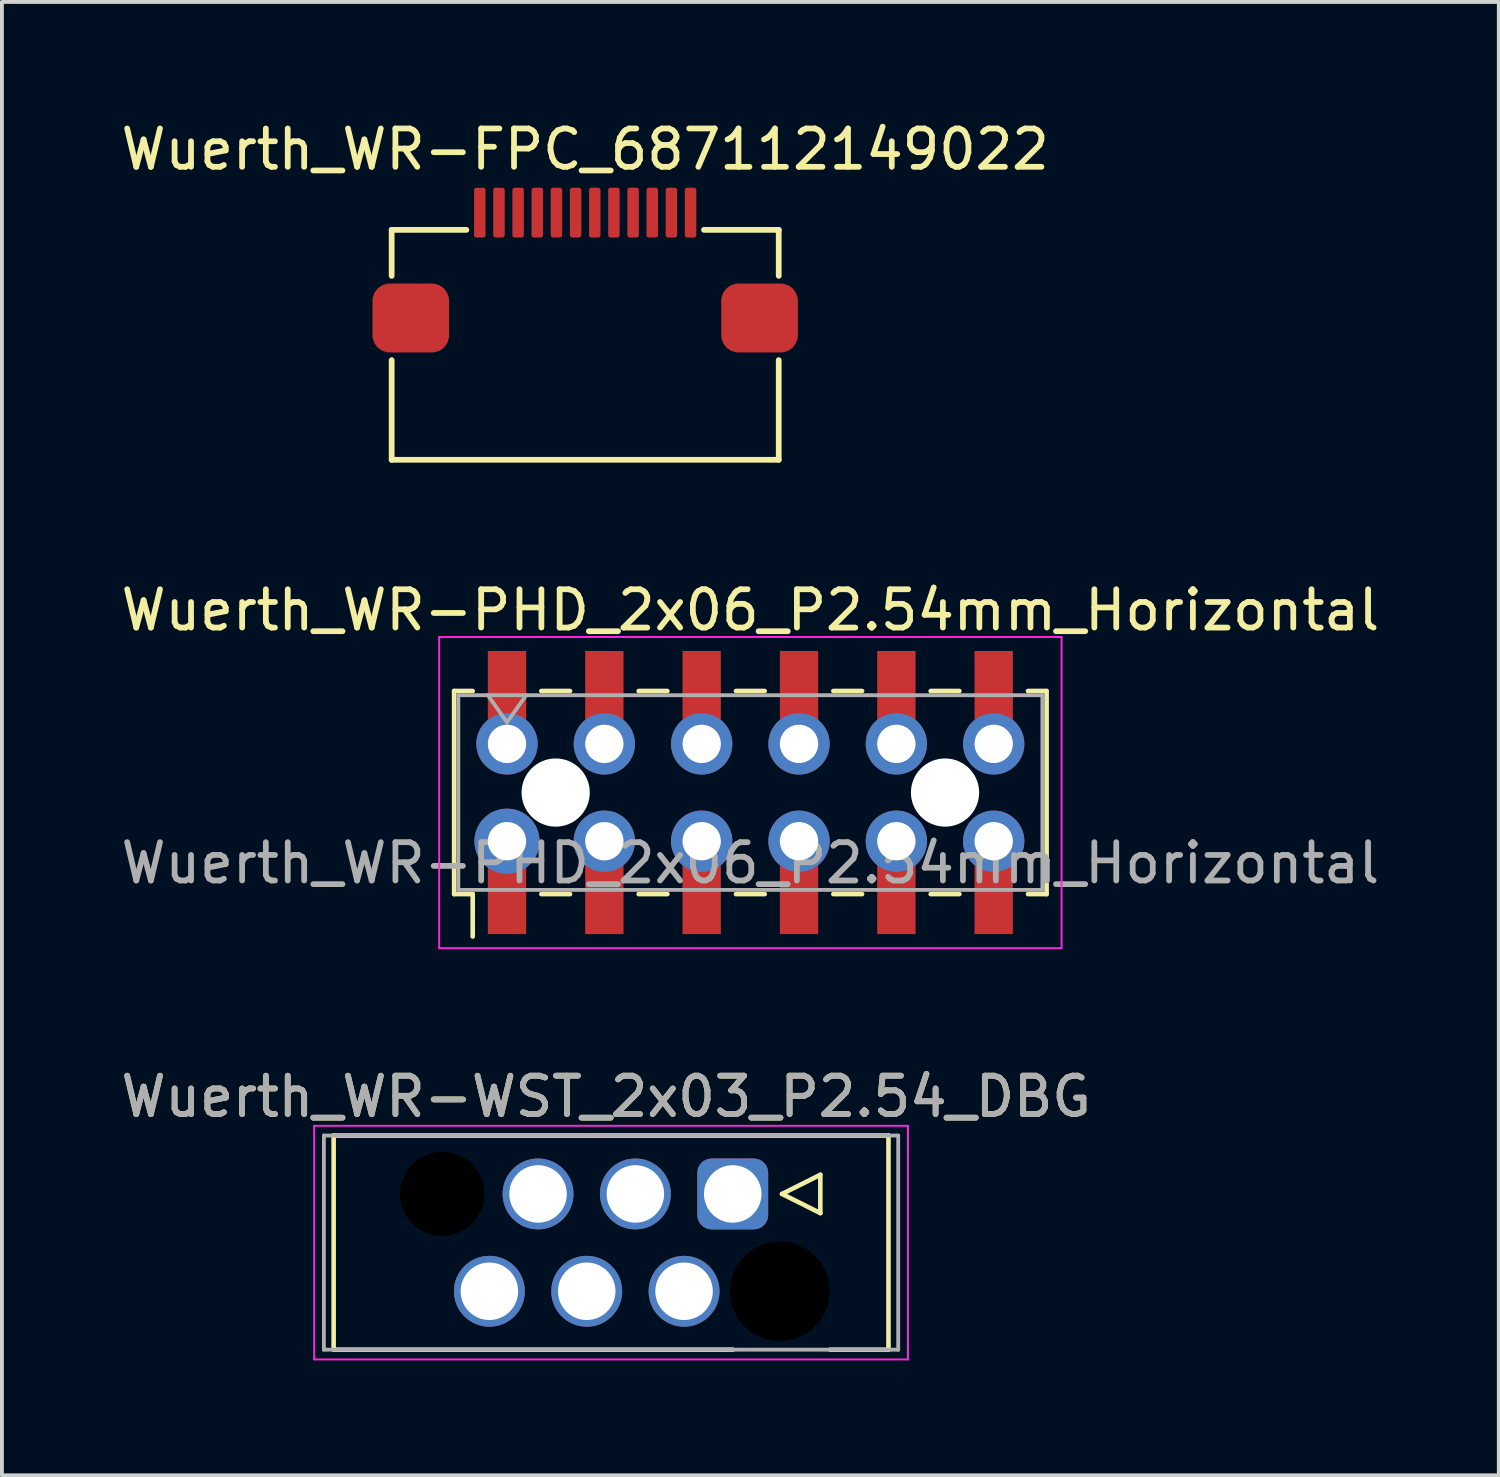
<source format=kicad_pcb>
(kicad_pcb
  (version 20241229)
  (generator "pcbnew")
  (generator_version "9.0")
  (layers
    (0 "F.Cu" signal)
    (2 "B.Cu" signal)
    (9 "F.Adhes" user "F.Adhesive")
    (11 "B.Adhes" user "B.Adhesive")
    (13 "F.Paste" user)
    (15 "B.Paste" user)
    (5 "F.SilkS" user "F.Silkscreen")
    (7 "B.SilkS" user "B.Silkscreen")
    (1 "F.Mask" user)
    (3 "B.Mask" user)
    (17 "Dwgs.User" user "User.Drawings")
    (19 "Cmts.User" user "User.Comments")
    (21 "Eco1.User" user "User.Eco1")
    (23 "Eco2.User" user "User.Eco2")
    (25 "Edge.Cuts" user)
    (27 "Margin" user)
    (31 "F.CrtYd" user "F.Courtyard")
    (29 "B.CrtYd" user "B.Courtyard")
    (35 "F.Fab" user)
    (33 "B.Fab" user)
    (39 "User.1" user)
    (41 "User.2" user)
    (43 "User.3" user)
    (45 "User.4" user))
  (footprint "Wuerth_WR-PHD_2x06_P2.54mm_Horizontal"
    (layer "F.Cu")
    (at 16.53 17.631)
    (property "Reference" "Wuerth_WR-PHD_2x06_P2.54mm_Horizontal" (at 0 -4.76 0) (layer "F.SilkS") (effects (font (size 1 1) (thickness 0.15))))
    (attr smd)
    (fp_line (start -7.73 -2.65) (end -7.73 2.65) (stroke (width 0.12) (type solid)) (layer "F.SilkS"))
    (fp_line (start -7.73 2.65) (end -7.245 2.65) (stroke (width 0.12) (type solid)) (layer "F.SilkS"))
    (fp_line (start -7.245 -2.65) (end -7.73 -2.65) (stroke (width 0.12) (type solid)) (layer "F.SilkS"))
    (fp_line (start -7.245 2.65) (end -7.245 3.757) (stroke (width 0.12) (type solid)) (layer "F.SilkS"))
    (fp_line (start -5.455 -2.65) (end -4.705 -2.65) (stroke (width 0.12) (type solid)) (layer "F.SilkS"))
    (fp_line (start -5.455 2.65) (end -4.705 2.65) (stroke (width 0.12) (type solid)) (layer "F.SilkS"))
    (fp_line (start -2.915 -2.65) (end -2.165 -2.65) (stroke (width 0.12) (type solid)) (layer "F.SilkS"))
    (fp_line (start -2.915 2.65) (end -2.165 2.65) (stroke (width 0.12) (type solid)) (layer "F.SilkS"))
    (fp_line (start -0.375 -2.65) (end 0.375 -2.65) (stroke (width 0.12) (type solid)) (layer "F.SilkS"))
    (fp_line (start -0.375 2.65) (end 0.375 2.65) (stroke (width 0.12) (type solid)) (layer "F.SilkS"))
    (fp_line (start 2.165 -2.65) (end 2.915 -2.65) (stroke (width 0.12) (type solid)) (layer "F.SilkS"))
    (fp_line (start 2.165 2.65) (end 2.915 2.65) (stroke (width 0.12) (type solid)) (layer "F.SilkS"))
    (fp_line (start 4.705 -2.65) (end 5.455 -2.65) (stroke (width 0.12) (type solid)) (layer "F.SilkS"))
    (fp_line (start 4.705 2.65) (end 5.455 2.65) (stroke (width 0.12) (type solid)) (layer "F.SilkS"))
    (fp_line (start 7.245 -2.65) (end 7.73 -2.65) (stroke (width 0.12) (type solid)) (layer "F.SilkS"))
    (fp_line (start 7.73 -2.65) (end 7.73 2.65) (stroke (width 0.12) (type solid)) (layer "F.SilkS"))
    (fp_line (start 7.73 2.65) (end 7.245 2.65) (stroke (width 0.12) (type solid)) (layer "F.SilkS"))
    (fp_line (start -8.12 -4.06) (end 8.12 -4.06) (stroke (width 0.05) (type solid)) (layer "F.CrtYd"))
    (fp_line (start -8.12 4.06) (end -8.12 -4.06) (stroke (width 0.05) (type solid)) (layer "F.CrtYd"))
    (fp_line (start 8.12 -4.06) (end 8.12 4.06) (stroke (width 0.05) (type solid)) (layer "F.CrtYd"))
    (fp_line (start 8.12 4.06) (end -8.12 4.06) (stroke (width 0.05) (type solid)) (layer "F.CrtYd"))
    (fp_line (start -7.62 -2.54) (end 7.62 -2.54) (stroke (width 0.1) (type solid)) (layer "F.Fab"))
    (fp_line (start -7.62 2.54) (end -7.62 -2.54) (stroke (width 0.1) (type solid)) (layer "F.Fab"))
    (fp_line (start -6.85 -2.54) (end -6.35 -1.833) (stroke (width 0.1) (type solid)) (layer "F.Fab"))
    (fp_line (start -6.35 -1.833) (end -5.85 -2.54) (stroke (width 0.1) (type solid)) (layer "F.Fab"))
    (fp_line (start 7.62 -2.54) (end 7.62 2.54) (stroke (width 0.1) (type solid)) (layer "F.Fab"))
    (fp_line (start 7.62 2.54) (end -7.62 2.54) (stroke (width 0.1) (type solid)) (layer "F.Fab"))
    (fp_text user "${REFERENCE}" (at 0 1.84 0) (layer "F.Fab") (effects (font (size 1 1) (thickness 0.15))))
    (pad "" thru_hole circle (at -6.35 -1.27) (size 1.6 1.6) (drill 1) (layers "*.Cu" "*.Mask"))
    (pad "" thru_hole circle (at -6.35 1.27) (size 1.7 1.7) (drill 1) (layers "*.Cu" "*.Mask"))
    (pad "" np_thru_hole circle (at -5.08 0) (size 1.78 1.78) (drill 1.78) (layers "*.Cu" "*.Mask"))
    (pad "" thru_hole circle (at -3.81 -1.27) (size 1.6 1.6) (drill 1) (layers "*.Cu" "*.Mask"))
    (pad "" thru_hole circle (at -3.81 1.27) (size 1.6 1.6) (drill 1) (layers "*.Cu" "*.Mask"))
    (pad "" thru_hole circle (at -1.27 -1.27) (size 1.6 1.6) (drill 1) (layers "*.Cu" "*.Mask"))
    (pad "" thru_hole circle (at -1.27 1.27) (size 1.6 1.6) (drill 1) (layers "*.Cu" "*.Mask"))
    (pad "" thru_hole circle (at 1.27 -1.27) (size 1.6 1.6) (drill 1) (layers "*.Cu" "*.Mask"))
    (pad "" thru_hole circle (at 1.27 1.27) (size 1.6 1.6) (drill 1) (layers "*.Cu" "*.Mask"))
    (pad "" thru_hole circle (at 3.81 -1.27) (size 1.6 1.6) (drill 1) (layers "*.Cu" "*.Mask"))
    (pad "" thru_hole circle (at 3.81 1.27) (size 1.6 1.6) (drill 1) (layers "*.Cu" "*.Mask"))
    (pad "" np_thru_hole circle (at 5.08 0) (size 1.78 1.78) (drill 1.78) (layers "*.Cu" "*.Mask"))
    (pad "" thru_hole circle (at 6.35 -1.27) (size 1.6 1.6) (drill 1) (layers "*.Cu" "*.Mask"))
    (pad "" thru_hole circle (at 6.35 1.27) (size 1.6 1.6) (drill 1) (layers "*.Cu" "*.Mask"))
    (pad "1" smd rect (at -6.35 2.794) (size 1 1.8) (layers "F.Cu" "F.Mask" "F.Paste"))
    (pad "2" smd rect (at -6.35 -2.794) (size 1 1.8) (layers "F.Cu" "F.Mask" "F.Paste"))
    (pad "3" smd rect (at -3.81 2.794) (size 1 1.8) (layers "F.Cu" "F.Mask" "F.Paste"))
    (pad "4" smd rect (at -3.81 -2.794) (size 1 1.8) (layers "F.Cu" "F.Mask" "F.Paste"))
    (pad "5" smd rect (at -1.27 2.794) (size 1 1.8) (layers "F.Cu" "F.Mask" "F.Paste"))
    (pad "6" smd rect (at -1.27 -2.794) (size 1 1.8) (layers "F.Cu" "F.Mask" "F.Paste"))
    (pad "7" smd rect (at 1.27 2.794) (size 1 1.8) (layers "F.Cu" "F.Mask" "F.Paste"))
    (pad "8" smd rect (at 1.27 -2.794) (size 1 1.8) (layers "F.Cu" "F.Mask" "F.Paste"))
    (pad "9" smd rect (at 3.81 2.794) (size 1 1.8) (layers "F.Cu" "F.Mask" "F.Paste"))
    (pad "10" smd rect (at 3.81 -2.794) (size 1 1.8) (layers "F.Cu" "F.Mask" "F.Paste"))
    (pad "11" smd rect (at 6.35 2.794) (size 1 1.8) (layers "F.Cu" "F.Mask" "F.Paste"))
    (pad "12" smd rect (at 6.35 -2.794) (size 1 1.8) (layers "F.Cu" "F.Mask" "F.Paste")))
  (footprint "Wuerth_WR-FPC_687112149022"
    (layer "F.Cu")
    (at 12.22 5.248)
    (property "Reference" "Wuerth_WR-FPC_687112149022" (at 0 -4.4 0) (layer "F.SilkS") (effects (font (size 1 1) (thickness 0.15))))
    (attr through_hole)
    (fp_line (start -5.05 -2.3) (end -3.1 -2.3) (stroke (width 0.15) (type solid)) (layer "F.SilkS"))
    (fp_line (start -5.05 -1.1) (end -5.05 -2.3) (stroke (width 0.15) (type solid)) (layer "F.SilkS"))
    (fp_line (start -5.05 1.1) (end -5.05 3.7) (stroke (width 0.15) (type solid)) (layer "F.SilkS"))
    (fp_line (start -5.05 3.7) (end 5.05 3.7) (stroke (width 0.15) (type solid)) (layer "F.SilkS"))
    (fp_line (start 5.05 -2.3) (end 3.1 -2.3) (stroke (width 0.15) (type solid)) (layer "F.SilkS"))
    (fp_line (start 5.05 -1.1) (end 5.05 -2.3) (stroke (width 0.15) (type solid)) (layer "F.SilkS"))
    (fp_line (start 5.05 1.1) (end 5.05 3.7) (stroke (width 0.15) (type solid)) (layer "F.SilkS"))
    (pad "" smd roundrect (at -4.55 0) (size 2 1.8) (layers "F.Cu" "F.Mask" "F.Paste") (roundrect_rratio 0.25))
    (pad "" smd roundrect (at 4.55 0) (size 2 1.8) (layers "F.Cu" "F.Mask" "F.Paste") (roundrect_rratio 0.25))
    (pad "1" smd roundrect (at -2.75 -2.75) (size 0.3 1.3) (layers "F.Cu" "F.Mask" "F.Paste") (roundrect_rratio 0.2))
    (pad "2" smd roundrect (at -2.25 -2.75) (size 0.3 1.3) (layers "F.Cu" "F.Mask" "F.Paste") (roundrect_rratio 0.2))
    (pad "3" smd roundrect (at -1.75 -2.75) (size 0.3 1.3) (layers "F.Cu" "F.Mask" "F.Paste") (roundrect_rratio 0.2))
    (pad "4" smd roundrect (at -1.25 -2.75) (size 0.3 1.3) (layers "F.Cu" "F.Mask" "F.Paste") (roundrect_rratio 0.2))
    (pad "5" smd roundrect (at -0.75 -2.75) (size 0.3 1.3) (layers "F.Cu" "F.Mask" "F.Paste") (roundrect_rratio 0.2))
    (pad "6" smd roundrect (at -0.25 -2.75) (size 0.3 1.3) (layers "F.Cu" "F.Mask" "F.Paste") (roundrect_rratio 0.2))
    (pad "7" smd roundrect (at 0.25 -2.75) (size 0.3 1.3) (layers "F.Cu" "F.Mask" "F.Paste") (roundrect_rratio 0.2))
    (pad "8" smd roundrect (at 0.75 -2.75) (size 0.3 1.3) (layers "F.Cu" "F.Mask" "F.Paste") (roundrect_rratio 0.2))
    (pad "9" smd roundrect (at 1.25 -2.75) (size 0.3 1.3) (layers "F.Cu" "F.Mask" "F.Paste") (roundrect_rratio 0.2))
    (pad "10" smd roundrect (at 1.75 -2.75) (size 0.3 1.3) (layers "F.Cu" "F.Mask" "F.Paste") (roundrect_rratio 0.2))
    (pad "11" smd roundrect (at 2.25 -2.75) (size 0.3 1.3) (layers "F.Cu" "F.Mask" "F.Paste") (roundrect_rratio 0.2))
    (pad "12" smd roundrect (at 2.75 -2.75) (size 0.3 1.3) (layers "F.Cu" "F.Mask" "F.Paste") (roundrect_rratio 0.2)))
  (footprint "Wuerth_WR-WST_2x03_P2.54_DBG"
    (layer "F.Cu")
    (at 16.07 28.105)
    (property "Reference" "Wuerth_WR-WST_2x03_P2.54_DBG" (at -3.302 -2.54 0) (layer "F.SilkS") (effects (font (size 1 1) (thickness 0.15))))
    (attr through_hole)
    (fp_line (start -10.414 -1.524) (end 4.064 -1.524) (stroke (width 0.12) (type solid)) (layer "F.SilkS"))
    (fp_line (start -10.414 4.064) (end -10.414 -1.524) (stroke (width 0.12) (type solid)) (layer "F.SilkS"))
    (fp_line (start -10.414 4.064) (end 0 4.064) (stroke (width 0.12) (type solid)) (layer "F.SilkS"))
    (fp_line (start 1.286 0) (end 2.286 0.5) (stroke (width 0.12) (type solid)) (layer "F.SilkS"))
    (fp_line (start 2.286 -0.5) (end 1.286 0) (stroke (width 0.12) (type solid)) (layer "F.SilkS"))
    (fp_line (start 2.286 0.5) (end 2.286 -0.5) (stroke (width 0.12) (type solid)) (layer "F.SilkS"))
    (fp_line (start 2.54 4.064) (end 4.064 4.064) (stroke (width 0.12) (type solid)) (layer "F.SilkS"))
    (fp_line (start 4.064 -1.524) (end 4.064 4.064) (stroke (width 0.12) (type solid)) (layer "F.SilkS"))
    (fp_line (start -10.922 -1.778) (end -10.922 4.318) (stroke (width 0.05) (type solid)) (layer "F.CrtYd"))
    (fp_line (start -10.922 4.318) (end 4.572 4.318) (stroke (width 0.05) (type solid)) (layer "F.CrtYd"))
    (fp_line (start 4.572 -1.778) (end -10.922 -1.778) (stroke (width 0.05) (type solid)) (layer "F.CrtYd"))
    (fp_line (start 4.572 4.318) (end 4.572 -1.778) (stroke (width 0.05) (type solid)) (layer "F.CrtYd"))
    (fp_line (start -10.668 -1.524) (end 4.318 -1.524) (stroke (width 0.1) (type solid)) (layer "F.Fab"))
    (fp_line (start -10.668 4.064) (end -10.668 -1.524) (stroke (width 0.1) (type solid)) (layer "F.Fab"))
    (fp_line (start 4.318 -1.524) (end 4.318 4.064) (stroke (width 0.1) (type solid)) (layer "F.Fab"))
    (fp_line (start 4.318 4.064) (end -10.668 4.064) (stroke (width 0.1) (type solid)) (layer "F.Fab"))
    (fp_text user "${REFERENCE}" (at -3.302 -2.54 180) (layer "F.Fab") (effects (font (size 1 1) (thickness 0.15))))
    (pad "" np_thru_hole circle (at -7.58 0) (size 2.4 2.4) (drill 2.2) (layers "*.Mask"))
    (pad "" np_thru_hole circle (at 1.23 2.54) (size 2.8 2.8) (drill 2.6) (layers "*.Mask"))
    (pad "1" thru_hole roundrect (at 0 0) (size 1.85 1.85) (drill 1.5) (layers "*.Cu" "*.Mask") (roundrect_rratio 0.2))
    (pad "2" thru_hole circle (at -1.27 2.54) (size 1.85 1.85) (drill 1.5) (layers "*.Cu" "*.Mask"))
    (pad "3" thru_hole circle (at -2.54 0) (size 1.85 1.85) (drill 1.5) (layers "*.Cu" "*.Mask"))
    (pad "4" thru_hole circle (at -3.81 2.54) (size 1.85 1.85) (drill 1.5) (layers "*.Cu" "*.Mask"))
    (pad "5" thru_hole circle (at -5.08 0) (size 1.85 1.85) (drill 1.5) (layers "*.Cu" "*.Mask"))
    (pad "6" thru_hole circle (at -6.35 2.54) (size 1.85 1.85) (drill 1.5) (layers "*.Cu" "*.Mask")))
  (gr_rect
    (start -3 -3)
    (end 36.06 35.448)
    (stroke (width 0.1) (type default))
    (fill no)
    (layer "Edge.Cuts")))
</source>
